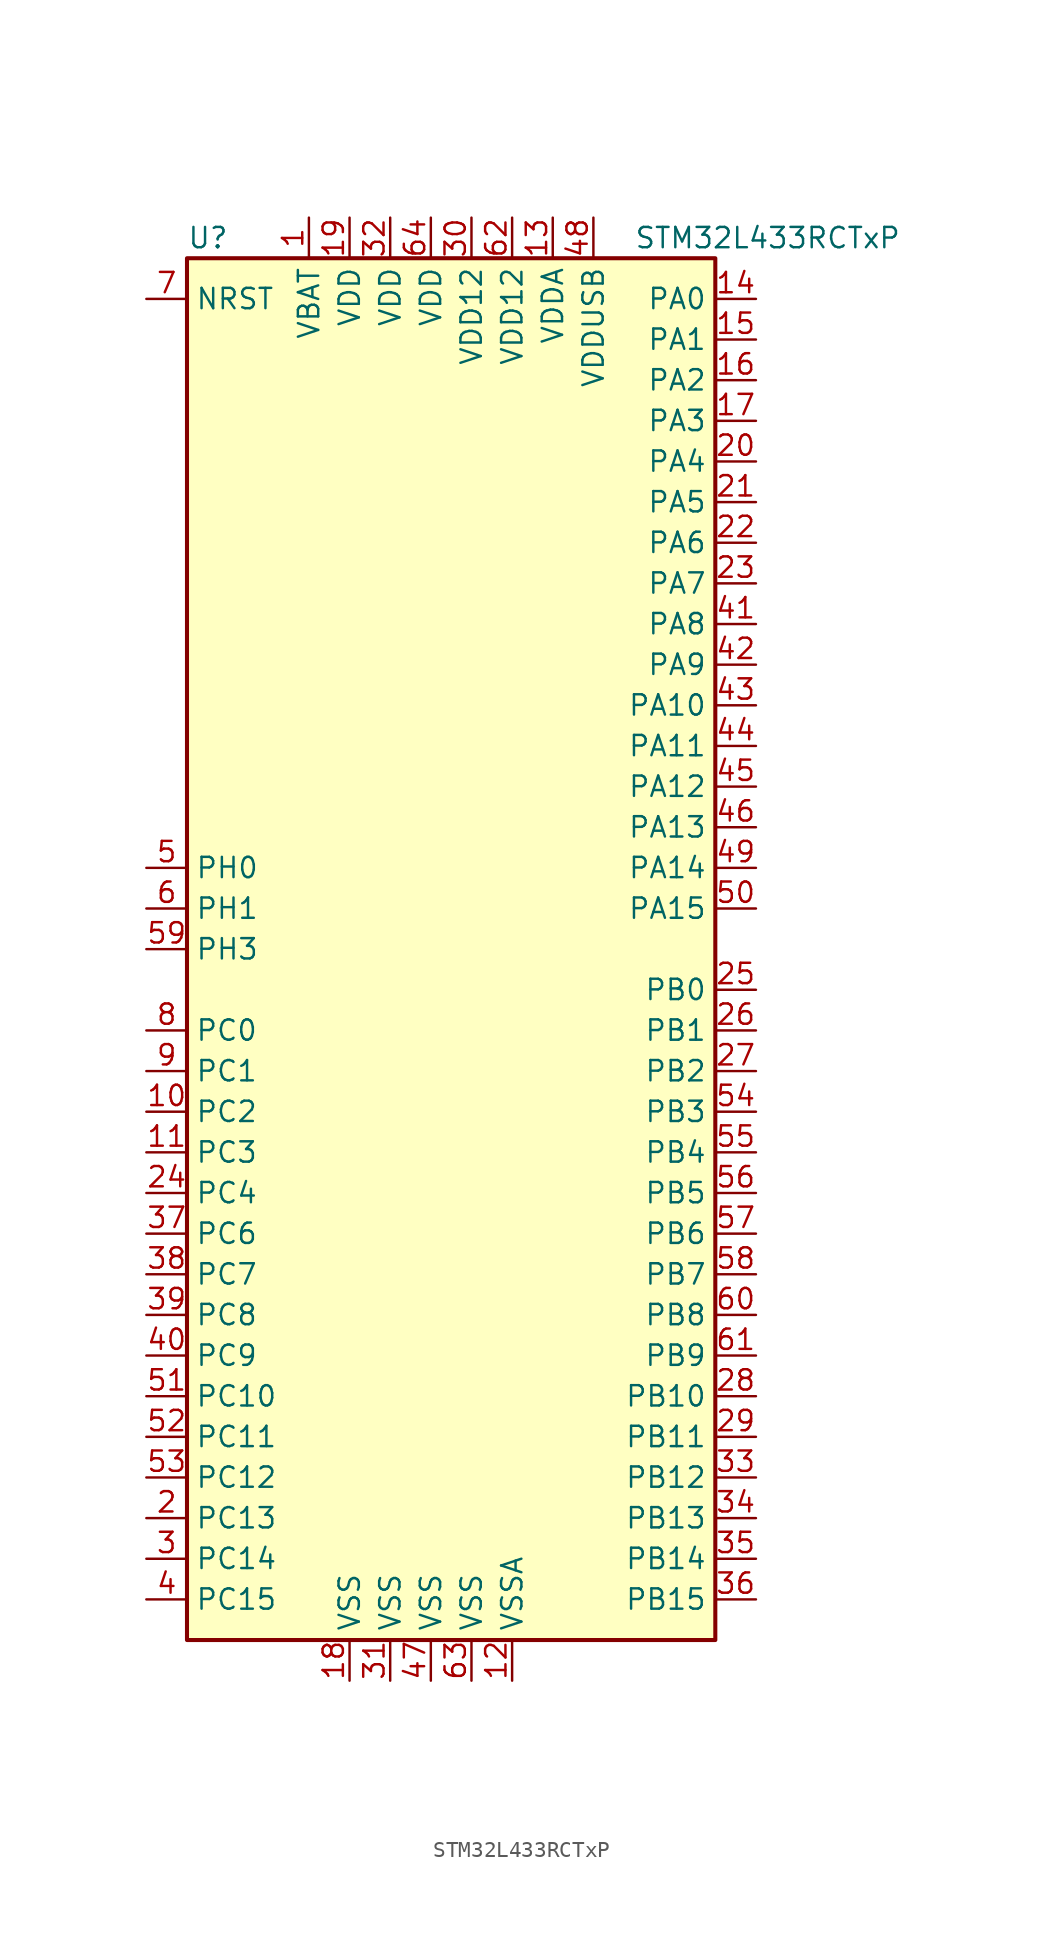
<source format=kicad_sym>
(kicad_symbol_lib
  (version 20211014)
  (generator kicad_symbol_editor)
  (symbol "STM32L433RCTxP"
    (property "Reference" "U"
      (at -17.78 44.45 0)
      (effects (font (size 1.27 1.27)) (justify left)))
    (property "Value" "STM32L433RCTxP"
      (at 10.16 44.45 0)
      (effects (font (size 1.27 1.27)) (justify left)))
    (symbol "STM32L433RCTxP_0_1"
      (rectangle (start -17.78 -43.18) (end 15.24 43.18) (stroke (width 0.254) (type default) (color 0 0 0 0)) (fill (type background))))
    (symbol "STM32L433RCTxP_1_1"
      (pin power_in line (at -10.16 45.72 270) (length 2.54) (name "VBAT" (effects (font (size 1.27 1.27)))) (number "1" (effects (font (size 1.27 1.27)))))
      (pin bidirectional line (at -20.32 -10.16 0) (length 2.54) (name "PC2" (effects (font (size 1.27 1.27)))) (number "10" (effects (font (size 1.27 1.27)))))
      (pin bidirectional line (at -20.32 -12.7 0) (length 2.54) (name "PC3" (effects (font (size 1.27 1.27)))) (number "11" (effects (font (size 1.27 1.27)))))
      (pin power_in line (at 2.54 -45.72 90) (length 2.54) (name "VSSA" (effects (font (size 1.27 1.27)))) (number "12" (effects (font (size 1.27 1.27)))))
      (pin power_in line (at 5.08 45.72 270) (length 2.54) (name "VDDA" (effects (font (size 1.27 1.27)))) (number "13" (effects (font (size 1.27 1.27)))))
      (pin bidirectional line (at 17.78 40.64 180) (length 2.54) (name "PA0" (effects (font (size 1.27 1.27)))) (number "14" (effects (font (size 1.27 1.27)))))
      (pin bidirectional line (at 17.78 38.1 180) (length 2.54) (name "PA1" (effects (font (size 1.27 1.27)))) (number "15" (effects (font (size 1.27 1.27)))))
      (pin bidirectional line (at 17.78 35.56 180) (length 2.54) (name "PA2" (effects (font (size 1.27 1.27)))) (number "16" (effects (font (size 1.27 1.27)))))
      (pin bidirectional line (at 17.78 33.02 180) (length 2.54) (name "PA3" (effects (font (size 1.27 1.27)))) (number "17" (effects (font (size 1.27 1.27)))))
      (pin power_in line (at -7.62 -45.72 90) (length 2.54) (name "VSS" (effects (font (size 1.27 1.27)))) (number "18" (effects (font (size 1.27 1.27)))))
      (pin power_in line (at -7.62 45.72 270) (length 2.54) (name "VDD" (effects (font (size 1.27 1.27)))) (number "19" (effects (font (size 1.27 1.27)))))
      (pin bidirectional line (at -20.32 -35.56 0) (length 2.54) (name "PC13" (effects (font (size 1.27 1.27)))) (number "2" (effects (font (size 1.27 1.27)))))
      (pin bidirectional line (at 17.78 30.48 180) (length 2.54) (name "PA4" (effects (font (size 1.27 1.27)))) (number "20" (effects (font (size 1.27 1.27)))))
      (pin bidirectional line (at 17.78 27.94 180) (length 2.54) (name "PA5" (effects (font (size 1.27 1.27)))) (number "21" (effects (font (size 1.27 1.27)))))
      (pin bidirectional line (at 17.78 25.4 180) (length 2.54) (name "PA6" (effects (font (size 1.27 1.27)))) (number "22" (effects (font (size 1.27 1.27)))))
      (pin bidirectional line (at 17.78 22.86 180) (length 2.54) (name "PA7" (effects (font (size 1.27 1.27)))) (number "23" (effects (font (size 1.27 1.27)))))
      (pin bidirectional line (at -20.32 -15.24 0) (length 2.54) (name "PC4" (effects (font (size 1.27 1.27)))) (number "24" (effects (font (size 1.27 1.27)))))
      (pin bidirectional line (at 17.78 -2.54 180) (length 2.54) (name "PB0" (effects (font (size 1.27 1.27)))) (number "25" (effects (font (size 1.27 1.27)))))
      (pin bidirectional line (at 17.78 -5.08 180) (length 2.54) (name "PB1" (effects (font (size 1.27 1.27)))) (number "26" (effects (font (size 1.27 1.27)))))
      (pin bidirectional line (at 17.78 -7.62 180) (length 2.54) (name "PB2" (effects (font (size 1.27 1.27)))) (number "27" (effects (font (size 1.27 1.27)))))
      (pin bidirectional line (at 17.78 -27.94 180) (length 2.54) (name "PB10" (effects (font (size 1.27 1.27)))) (number "28" (effects (font (size 1.27 1.27)))))
      (pin bidirectional line (at 17.78 -30.48 180) (length 2.54) (name "PB11" (effects (font (size 1.27 1.27)))) (number "29" (effects (font (size 1.27 1.27)))))
      (pin bidirectional line (at -20.32 -38.1 0) (length 2.54) (name "PC14" (effects (font (size 1.27 1.27)))) (number "3" (effects (font (size 1.27 1.27)))))
      (pin power_in line (at 0 45.72 270) (length 2.54) (name "VDD12" (effects (font (size 1.27 1.27)))) (number "30" (effects (font (size 1.27 1.27)))))
      (pin power_in line (at -5.08 -45.72 90) (length 2.54) (name "VSS" (effects (font (size 1.27 1.27)))) (number "31" (effects (font (size 1.27 1.27)))))
      (pin power_in line (at -5.08 45.72 270) (length 2.54) (name "VDD" (effects (font (size 1.27 1.27)))) (number "32" (effects (font (size 1.27 1.27)))))
      (pin bidirectional line (at 17.78 -33.02 180) (length 2.54) (name "PB12" (effects (font (size 1.27 1.27)))) (number "33" (effects (font (size 1.27 1.27)))))
      (pin bidirectional line (at 17.78 -35.56 180) (length 2.54) (name "PB13" (effects (font (size 1.27 1.27)))) (number "34" (effects (font (size 1.27 1.27)))))
      (pin bidirectional line (at 17.78 -38.1 180) (length 2.54) (name "PB14" (effects (font (size 1.27 1.27)))) (number "35" (effects (font (size 1.27 1.27)))))
      (pin bidirectional line (at 17.78 -40.64 180) (length 2.54) (name "PB15" (effects (font (size 1.27 1.27)))) (number "36" (effects (font (size 1.27 1.27)))))
      (pin bidirectional line (at -20.32 -17.78 0) (length 2.54) (name "PC6" (effects (font (size 1.27 1.27)))) (number "37" (effects (font (size 1.27 1.27)))))
      (pin bidirectional line (at -20.32 -20.32 0) (length 2.54) (name "PC7" (effects (font (size 1.27 1.27)))) (number "38" (effects (font (size 1.27 1.27)))))
      (pin bidirectional line (at -20.32 -22.86 0) (length 2.54) (name "PC8" (effects (font (size 1.27 1.27)))) (number "39" (effects (font (size 1.27 1.27)))))
      (pin bidirectional line (at -20.32 -40.64 0) (length 2.54) (name "PC15" (effects (font (size 1.27 1.27)))) (number "4" (effects (font (size 1.27 1.27)))))
      (pin bidirectional line (at -20.32 -25.4 0) (length 2.54) (name "PC9" (effects (font (size 1.27 1.27)))) (number "40" (effects (font (size 1.27 1.27)))))
      (pin bidirectional line (at 17.78 20.32 180) (length 2.54) (name "PA8" (effects (font (size 1.27 1.27)))) (number "41" (effects (font (size 1.27 1.27)))))
      (pin bidirectional line (at 17.78 17.78 180) (length 2.54) (name "PA9" (effects (font (size 1.27 1.27)))) (number "42" (effects (font (size 1.27 1.27)))))
      (pin bidirectional line (at 17.78 15.24 180) (length 2.54) (name "PA10" (effects (font (size 1.27 1.27)))) (number "43" (effects (font (size 1.27 1.27)))))
      (pin bidirectional line (at 17.78 12.7 180) (length 2.54) (name "PA11" (effects (font (size 1.27 1.27)))) (number "44" (effects (font (size 1.27 1.27)))))
      (pin bidirectional line (at 17.78 10.16 180) (length 2.54) (name "PA12" (effects (font (size 1.27 1.27)))) (number "45" (effects (font (size 1.27 1.27)))))
      (pin bidirectional line (at 17.78 7.62 180) (length 2.54) (name "PA13" (effects (font (size 1.27 1.27)))) (number "46" (effects (font (size 1.27 1.27)))))
      (pin power_in line (at -2.54 -45.72 90) (length 2.54) (name "VSS" (effects (font (size 1.27 1.27)))) (number "47" (effects (font (size 1.27 1.27)))))
      (pin power_in line (at 7.62 45.72 270) (length 2.54) (name "VDDUSB" (effects (font (size 1.27 1.27)))) (number "48" (effects (font (size 1.27 1.27)))))
      (pin bidirectional line (at 17.78 5.08 180) (length 2.54) (name "PA14" (effects (font (size 1.27 1.27)))) (number "49" (effects (font (size 1.27 1.27)))))
      (pin input line (at -20.32 5.08 0) (length 2.54) (name "PH0" (effects (font (size 1.27 1.27)))) (number "5" (effects (font (size 1.27 1.27)))))
      (pin bidirectional line (at 17.78 2.54 180) (length 2.54) (name "PA15" (effects (font (size 1.27 1.27)))) (number "50" (effects (font (size 1.27 1.27)))))
      (pin bidirectional line (at -20.32 -27.94 0) (length 2.54) (name "PC10" (effects (font (size 1.27 1.27)))) (number "51" (effects (font (size 1.27 1.27)))))
      (pin bidirectional line (at -20.32 -30.48 0) (length 2.54) (name "PC11" (effects (font (size 1.27 1.27)))) (number "52" (effects (font (size 1.27 1.27)))))
      (pin bidirectional line (at -20.32 -33.02 0) (length 2.54) (name "PC12" (effects (font (size 1.27 1.27)))) (number "53" (effects (font (size 1.27 1.27)))))
      (pin bidirectional line (at 17.78 -10.16 180) (length 2.54) (name "PB3" (effects (font (size 1.27 1.27)))) (number "54" (effects (font (size 1.27 1.27)))))
      (pin bidirectional line (at 17.78 -12.7 180) (length 2.54) (name "PB4" (effects (font (size 1.27 1.27)))) (number "55" (effects (font (size 1.27 1.27)))))
      (pin bidirectional line (at 17.78 -15.24 180) (length 2.54) (name "PB5" (effects (font (size 1.27 1.27)))) (number "56" (effects (font (size 1.27 1.27)))))
      (pin bidirectional line (at 17.78 -17.78 180) (length 2.54) (name "PB6" (effects (font (size 1.27 1.27)))) (number "57" (effects (font (size 1.27 1.27)))))
      (pin bidirectional line (at 17.78 -20.32 180) (length 2.54) (name "PB7" (effects (font (size 1.27 1.27)))) (number "58" (effects (font (size 1.27 1.27)))))
      (pin bidirectional line (at -20.32 0 0) (length 2.54) (name "PH3" (effects (font (size 1.27 1.27)))) (number "59" (effects (font (size 1.27 1.27)))))
      (pin input line (at -20.32 2.54 0) (length 2.54) (name "PH1" (effects (font (size 1.27 1.27)))) (number "6" (effects (font (size 1.27 1.27)))))
      (pin bidirectional line (at 17.78 -22.86 180) (length 2.54) (name "PB8" (effects (font (size 1.27 1.27)))) (number "60" (effects (font (size 1.27 1.27)))))
      (pin bidirectional line (at 17.78 -25.4 180) (length 2.54) (name "PB9" (effects (font (size 1.27 1.27)))) (number "61" (effects (font (size 1.27 1.27)))))
      (pin power_in line (at 2.54 45.72 270) (length 2.54) (name "VDD12" (effects (font (size 1.27 1.27)))) (number "62" (effects (font (size 1.27 1.27)))))
      (pin power_in line (at 0 -45.72 90) (length 2.54) (name "VSS" (effects (font (size 1.27 1.27)))) (number "63" (effects (font (size 1.27 1.27)))))
      (pin power_in line (at -2.54 45.72 270) (length 2.54) (name "VDD" (effects (font (size 1.27 1.27)))) (number "64" (effects (font (size 1.27 1.27)))))
      (pin input line (at -20.32 40.64 0) (length 2.54) (name "NRST" (effects (font (size 1.27 1.27)))) (number "7" (effects (font (size 1.27 1.27)))))
      (pin bidirectional line (at -20.32 -5.08 0) (length 2.54) (name "PC0" (effects (font (size 1.27 1.27)))) (number "8" (effects (font (size 1.27 1.27)))))
      (pin bidirectional line (at -20.32 -7.62 0) (length 2.54) (name "PC1" (effects (font (size 1.27 1.27)))) (number "9" (effects (font (size 1.27 1.27))))))))
</source>
